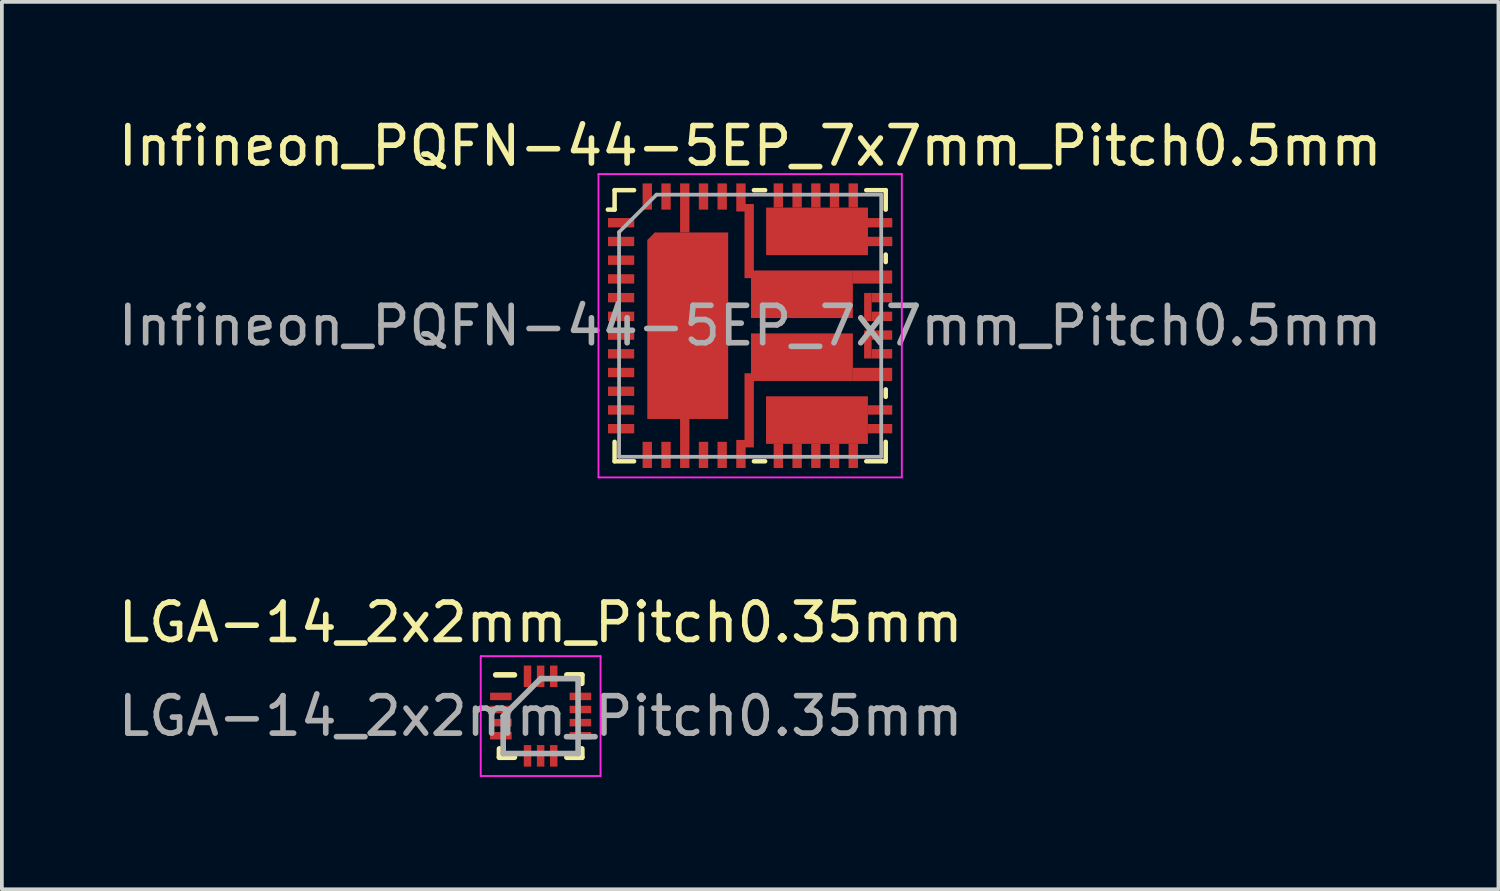
<source format=kicad_pcb>
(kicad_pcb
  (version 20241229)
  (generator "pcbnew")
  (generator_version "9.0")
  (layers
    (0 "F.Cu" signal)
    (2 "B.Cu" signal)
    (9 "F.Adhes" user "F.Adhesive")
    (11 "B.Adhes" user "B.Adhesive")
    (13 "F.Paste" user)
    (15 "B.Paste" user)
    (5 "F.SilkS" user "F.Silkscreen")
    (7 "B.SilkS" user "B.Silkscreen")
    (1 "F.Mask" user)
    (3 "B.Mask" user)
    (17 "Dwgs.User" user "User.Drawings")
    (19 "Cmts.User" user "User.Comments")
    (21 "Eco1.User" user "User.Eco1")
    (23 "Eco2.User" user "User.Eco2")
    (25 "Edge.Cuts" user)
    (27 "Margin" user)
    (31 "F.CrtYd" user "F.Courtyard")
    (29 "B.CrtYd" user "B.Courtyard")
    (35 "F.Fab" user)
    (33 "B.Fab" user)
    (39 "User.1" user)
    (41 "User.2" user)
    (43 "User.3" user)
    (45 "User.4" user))
  (footprint "Infineon_PQFN-44-5EP_7x7mm_Pitch0.5mm"
    (layer "F.Cu")
    (at 16.982 5.648)
    (property "Reference" "Infineon_PQFN-44-5EP_7x7mm_Pitch0.5mm" (at 0 -4.8 0) (layer "F.SilkS") (effects (font (size 1 1) (thickness 0.15))))
    (attr smd)
    (fp_line (start -3.62 -3.1) (end -3.8 -3.1) (stroke (width 0.12) (type solid)) (layer "F.SilkS"))
    (fp_line (start -3.62 -3.1) (end -3.62 -3.62) (stroke (width 0.12) (type solid)) (layer "F.SilkS"))
    (fp_line (start -3.62 3.62) (end -3.62 3.1) (stroke (width 0.12) (type solid)) (layer "F.SilkS"))
    (fp_line (start -3.1 -3.62) (end -3.62 -3.62) (stroke (width 0.12) (type solid)) (layer "F.SilkS"))
    (fp_line (start -3.1 3.62) (end -3.62 3.62) (stroke (width 0.12) (type solid)) (layer "F.SilkS"))
    (fp_line (start 0.1 -3.62) (end 0.4 -3.62) (stroke (width 0.12) (type solid)) (layer "F.SilkS"))
    (fp_line (start 0.1 3.62) (end 0.4 3.62) (stroke (width 0.12) (type solid)) (layer "F.SilkS"))
    (fp_line (start 3.62 -3.62) (end 3.1 -3.62) (stroke (width 0.12) (type solid)) (layer "F.SilkS"))
    (fp_line (start 3.62 -3.62) (end 3.62 -3.1) (stroke (width 0.12) (type solid)) (layer "F.SilkS"))
    (fp_line (start 3.62 -1.9) (end 3.62 -1.7) (stroke (width 0.12) (type solid)) (layer "F.SilkS"))
    (fp_line (start 3.62 1.9) (end 3.62 1.7) (stroke (width 0.12) (type solid)) (layer "F.SilkS"))
    (fp_line (start 3.62 3.1) (end 3.62 3.62) (stroke (width 0.12) (type solid)) (layer "F.SilkS"))
    (fp_line (start 3.62 3.62) (end 3.1 3.62) (stroke (width 0.12) (type solid)) (layer "F.SilkS"))
    (fp_line (start -4.05 -4.05) (end -4.05 4.05) (stroke (width 0.05) (type solid)) (layer "F.CrtYd"))
    (fp_line (start -4.05 4.05) (end 4.05 4.05) (stroke (width 0.05) (type solid)) (layer "F.CrtYd"))
    (fp_line (start 4.05 -4.05) (end -4.05 -4.05) (stroke (width 0.05) (type solid)) (layer "F.CrtYd"))
    (fp_line (start 4.05 4.05) (end 4.05 -4.05) (stroke (width 0.05) (type solid)) (layer "F.CrtYd"))
    (fp_line (start -3.5 3.5) (end -3.5 -2.5) (stroke (width 0.1) (type solid)) (layer "F.Fab"))
    (fp_line (start -2.5 -3.5) (end -3.5 -2.5) (stroke (width 0.1) (type solid)) (layer "F.Fab"))
    (fp_line (start -2.5 -3.5) (end 3.5 -3.5) (stroke (width 0.1) (type solid)) (layer "F.Fab"))
    (fp_line (start 3.5 -3.5) (end 3.5 3.5) (stroke (width 0.1) (type solid)) (layer "F.Fab"))
    (fp_line (start 3.5 3.5) (end -3.5 3.5) (stroke (width 0.1) (type solid)) (layer "F.Fab"))
    (fp_text user "${REFERENCE}" (at 0 0 0) (layer "F.Fab") (effects (font (size 1 1) (thickness 0.15))))
    (pad "" smd rect (at -3.321 -2.75) (size 0.39 0.22) (layers "F.Paste"))
    (pad "" smd rect (at -3.321 -2.25) (size 0.39 0.22) (layers "F.Paste"))
    (pad "" smd rect (at -3.321 -1.75) (size 0.39 0.22) (layers "F.Paste"))
    (pad "" smd rect (at -3.321 -1.25) (size 0.39 0.22) (layers "F.Paste"))
    (pad "" smd rect (at -3.321 -0.75) (size 0.39 0.22) (layers "F.Paste"))
    (pad "" smd rect (at -3.321 -0.25) (size 0.39 0.22) (layers "F.Paste"))
    (pad "" smd rect (at -3.321 0.25) (size 0.39 0.22) (layers "F.Paste"))
    (pad "" smd rect (at -3.321 0.75) (size 0.39 0.22) (layers "F.Paste"))
    (pad "" smd rect (at -3.321 1.25) (size 0.39 0.22) (layers "F.Paste"))
    (pad "" smd rect (at -3.321 1.75) (size 0.39 0.22) (layers "F.Paste"))
    (pad "" smd rect (at -3.321 2.25) (size 0.39 0.22) (layers "F.Paste"))
    (pad "" smd rect (at -3.321 2.75) (size 0.39 0.22) (layers "F.Paste"))
    (pad "" smd rect (at -2.747 -3.325) (size 0.22 0.39) (layers "F.Paste"))
    (pad "" smd rect (at -2.747 3.325) (size 0.22 0.39) (layers "F.Paste"))
    (pad "" smd rect (at -2.247 -3.325) (size 0.22 0.39) (layers "F.Paste"))
    (pad "" smd rect (at -2.247 3.325) (size 0.22 0.39) (layers "F.Paste"))
    (pad "" smd rect (at -2.207 -1.76) (size 0.77 0.93) (layers "F.Mask" "F.Paste"))
    (pad "" smd rect (at -2.207 -0.52) (size 0.77 0.93) (layers "F.Mask" "F.Paste"))
    (pad "" smd rect (at -2.207 0.72) (size 0.77 0.93) (layers "F.Mask" "F.Paste"))
    (pad "" smd rect (at -2.207 1.96) (size 0.77 0.93) (layers "F.Mask" "F.Paste"))
    (pad "" smd rect (at -1.746 -3.015) (size 0.23 1.01) (layers "F.Paste"))
    (pad "" smd rect (at -1.746 3.015) (size 0.23 1.01) (layers "F.Paste"))
    (pad "" smd rect (at -1.246 -3.325) (size 0.22 0.39) (layers "F.Paste"))
    (pad "" smd rect (at -1.246 3.325) (size 0.22 0.39) (layers "F.Paste"))
    (pad "" smd rect (at -1.127 -1.76) (size 0.77 0.93) (layers "F.Mask" "F.Paste"))
    (pad "" smd rect (at -1.127 -0.52) (size 0.77 0.93) (layers "F.Mask" "F.Paste"))
    (pad "" smd rect (at -1.127 0.72) (size 0.77 0.93) (layers "F.Mask" "F.Paste"))
    (pad "" smd rect (at -1.127 1.96) (size 0.77 0.93) (layers "F.Mask" "F.Paste"))
    (pad "" smd rect (at -0.747 -3.325) (size 0.22 0.39) (layers "F.Paste"))
    (pad "" smd rect (at -0.747 3.325) (size 0.22 0.39) (layers "F.Paste"))
    (pad "" smd rect (at -0.246 -3.28) (size 0.23 0.44) (layers "F.Paste"))
    (pad "" smd rect (at -0.246 3.28) (size 0.23 0.44) (layers "F.Paste"))
    (pad "" smd rect (at -0.026 -3.07) (size 0.21 0.34) (layers "F.Paste"))
    (pad "" smd rect (at -0.026 -2.37) (size 0.21 0.34) (layers "F.Paste"))
    (pad "" smd rect (at -0.026 -1.67) (size 0.21 0.34) (layers "F.Paste"))
    (pad "" smd rect (at -0.026 1.67) (size 0.21 0.34) (layers "F.Paste"))
    (pad "" smd rect (at -0.026 2.37) (size 0.21 0.34) (layers "F.Paste"))
    (pad "" smd rect (at -0.026 3.07) (size 0.21 0.34) (layers "F.Paste"))
    (pad "" smd rect (at 0.473 -0.84) (size 0.68 0.9) (layers "F.Mask" "F.Paste"))
    (pad "" smd rect (at 0.473 0.84) (size 0.68 0.9) (layers "F.Mask" "F.Paste"))
    (pad "" smd rect (at 0.753 -3.325) (size 0.22 0.35) (layers "F.Mask" "F.Paste"))
    (pad "" smd rect (at 0.753 3.325) (size 0.22 0.35) (layers "F.Mask" "F.Paste"))
    (pad "" smd rect (at 0.876 -2.515) (size 0.65 0.9) (layers "F.Mask" "F.Paste"))
    (pad "" smd rect (at 0.876 2.515) (size 0.65 0.9) (layers "F.Mask" "F.Paste"))
    (pad "" smd rect (at 1.254 -3.325) (size 0.22 0.35) (layers "F.Mask" "F.Paste"))
    (pad "" smd rect (at 1.254 3.325) (size 0.22 0.35) (layers "F.Mask" "F.Paste"))
    (pad "" smd rect (at 1.383 -0.84) (size 0.68 0.9) (layers "F.Mask" "F.Paste"))
    (pad "" smd rect (at 1.383 0.84) (size 0.68 0.9) (layers "F.Mask" "F.Paste"))
    (pad "" smd rect (at 1.754 -3.325) (size 0.22 0.35) (layers "F.Mask" "F.Paste"))
    (pad "" smd rect (at 1.754 3.325) (size 0.22 0.35) (layers "F.Mask" "F.Paste"))
    (pad "" smd rect (at 1.786 -2.515) (size 0.65 0.9) (layers "F.Mask" "F.Paste"))
    (pad "" smd rect (at 1.786 2.515) (size 0.65 0.9) (layers "F.Mask" "F.Paste"))
    (pad "" smd rect (at 2.253 -3.325) (size 0.22 0.35) (layers "F.Mask" "F.Paste"))
    (pad "" smd rect (at 2.253 3.325) (size 0.22 0.35) (layers "F.Mask" "F.Paste"))
    (pad "" smd rect (at 2.293 -0.84) (size 0.68 0.9) (layers "F.Mask" "F.Paste"))
    (pad "" smd rect (at 2.293 0.84) (size 0.68 0.9) (layers "F.Mask" "F.Paste"))
    (pad "" smd rect (at 2.696 -2.515) (size 0.65 0.9) (layers "F.Mask" "F.Paste"))
    (pad "" smd rect (at 2.696 2.515) (size 0.65 0.9) (layers "F.Mask" "F.Paste"))
    (pad "" smd rect (at 2.753 -3.325) (size 0.22 0.35) (layers "F.Mask" "F.Paste"))
    (pad "" smd rect (at 2.753 3.325) (size 0.22 0.35) (layers "F.Mask" "F.Paste"))
    (pad "" smd rect (at 3.163 -1.3) (size 0.68 0.22) (layers "F.Mask" "F.Paste"))
    (pad "" smd rect (at 3.163 1.3) (size 0.68 0.22) (layers "F.Mask" "F.Paste"))
    (pad "" smd rect (at 3.284 -0.75) (size 0.44 0.22) (layers "F.Mask" "F.Paste"))
    (pad "" smd rect (at 3.284 -0.25) (size 0.44 0.22) (layers "F.Mask" "F.Paste"))
    (pad "" smd rect (at 3.284 0.25) (size 0.44 0.22) (layers "F.Mask" "F.Paste"))
    (pad "" smd rect (at 3.284 0.75) (size 0.44 0.22) (layers "F.Mask" "F.Paste"))
    (pad "" smd rect (at 3.364 -2.75) (size 0.28 0.22) (layers "F.Mask" "F.Paste"))
    (pad "" smd rect (at 3.364 -2.25) (size 0.28 0.22) (layers "F.Mask" "F.Paste"))
    (pad "" smd rect (at 3.364 2.25) (size 0.28 0.22) (layers "F.Mask" "F.Paste"))
    (pad "" smd rect (at 3.364 2.75) (size 0.28 0.22) (layers "F.Mask" "F.Paste"))
    (pad "1" smd rect (at -3.446 -2.75) (size 0.7 0.25) (layers "F.Cu" "F.Mask"))
    (pad "2" smd rect (at -3.446 -2.25) (size 0.7 0.25) (layers "F.Cu" "F.Mask"))
    (pad "3" smd rect (at -3.446 -1.75) (size 0.7 0.25) (layers "F.Cu" "F.Mask"))
    (pad "4" smd rect (at -3.446 -1.25) (size 0.7 0.25) (layers "F.Cu" "F.Mask"))
    (pad "5" smd rect (at -3.446 -0.75) (size 0.7 0.25) (layers "F.Cu" "F.Mask"))
    (pad "6" smd rect (at -3.446 -0.25) (size 0.7 0.25) (layers "F.Cu" "F.Mask"))
    (pad "7" smd rect (at -3.446 0.25) (size 0.7 0.25) (layers "F.Cu" "F.Mask"))
    (pad "8" smd rect (at -3.446 0.75) (size 0.7 0.25) (layers "F.Cu" "F.Mask"))
    (pad "9" smd rect (at -3.446 1.25) (size 0.7 0.25) (layers "F.Cu" "F.Mask"))
    (pad "10" smd rect (at -3.446 1.75) (size 0.7 0.25) (layers "F.Cu" "F.Mask"))
    (pad "11" smd rect (at -3.446 2.25) (size 0.7 0.25) (layers "F.Cu" "F.Mask"))
    (pad "12" smd rect (at -3.446 2.75) (size 0.7 0.25) (layers "F.Cu" "F.Mask"))
    (pad "13" smd rect (at -2.747 3.45) (size 0.25 0.7) (layers "F.Cu" "F.Mask"))
    (pad "14" smd rect (at -2.247 3.45) (size 0.25 0.7) (layers "F.Cu" "F.Mask"))
    (pad "16" smd rect (at -1.246 3.45) (size 0.25 0.7) (layers "F.Cu" "F.Mask"))
    (pad "17" smd rect (at -0.747 3.45) (size 0.25 0.7) (layers "F.Cu" "F.Mask"))
    (pad "19" smd rect (at 0.753 3.478) (size 0.25 0.645) (layers "F.Cu" "F.Mask"))
    (pad "19" smd rect (at 1.254 3.478) (size 0.25 0.645) (layers "F.Cu" "F.Mask"))
    (pad "19" smd rect (at 1.754 3.478) (size 0.25 0.645) (layers "F.Cu" "F.Mask"))
    (pad "19" smd rect (at 1.784 2.52) (size 2.72 1.27) (layers "F.Cu" "F.Mask"))
    (pad "19" smd rect (at 2.253 3.478) (size 0.25 0.645) (layers "F.Cu" "F.Mask"))
    (pad "19" smd rect (at 2.753 3.478) (size 0.25 0.645) (layers "F.Cu" "F.Mask"))
    (pad "19" smd rect (at 3.469 2.25) (size 0.65 0.25) (layers "F.Cu" "F.Mask"))
    (pad "19" smd rect (at 3.469 2.75) (size 0.65 0.25) (layers "F.Cu" "F.Mask"))
    (pad "20" smd rect (at -0.246 3.425) (size 0.25 0.75) (layers "F.Cu" "F.Mask"))
    (pad "20" smd rect (at -0.026 2.26) (size 0.25 1.98) (layers "F.Cu" "F.Mask"))
    (pad "20" smd rect (at 1.383 0.84) (size 2.72 1.27) (layers "F.Cu" "F.Mask"))
    (pad "20" smd rect (at 3.268 1.3) (size 1.05 0.35) (layers "F.Cu" "F.Mask"))
    (pad "21" smd rect (at 3.143 0.5) (size 0.2 0.75) (layers "F.Cu" "F.Mask"))
    (pad "21" smd rect (at 3.518 0.25) (size 0.55 0.25) (layers "F.Cu" "F.Mask"))
    (pad "21" smd rect (at 3.518 0.75) (size 0.55 0.25) (layers "F.Cu" "F.Mask"))
    (pad "22" smd rect (at 3.143 -0.5) (size 0.2 0.75) (layers "F.Cu" "F.Mask"))
    (pad "22" smd rect (at 3.518 -0.75) (size 0.55 0.25) (layers "F.Cu" "F.Mask"))
    (pad "22" smd rect (at 3.518 -0.25) (size 0.55 0.25) (layers "F.Cu" "F.Mask"))
    (pad "24" smd rect (at 0.753 -3.478) (size 0.25 0.645) (layers "F.Cu" "F.Mask"))
    (pad "24" smd rect (at 1.254 -3.478) (size 0.25 0.645) (layers "F.Cu" "F.Mask"))
    (pad "24" smd rect (at 1.754 -3.478) (size 0.25 0.645) (layers "F.Cu" "F.Mask"))
    (pad "24" smd rect (at 1.786 -2.52) (size 2.72 1.27) (layers "F.Cu" "F.Mask"))
    (pad "24" smd rect (at 2.253 -3.478) (size 0.25 0.645) (layers "F.Cu" "F.Mask"))
    (pad "24" smd rect (at 2.753 -3.478) (size 0.25 0.645) (layers "F.Cu" "F.Mask"))
    (pad "25" smd rect (at -0.246 -3.425) (size 0.25 0.75) (layers "F.Cu" "F.Mask"))
    (pad "25" smd rect (at -0.026 -2.26) (size 0.25 1.98) (layers "F.Cu" "F.Mask"))
    (pad "25" smd rect (at 1.383 -0.84) (size 2.72 1.27) (layers "F.Cu" "F.Mask"))
    (pad "25" smd rect (at 3.268 -1.3) (size 1.05 0.35) (layers "F.Cu" "F.Mask"))
    (pad "25" smd rect (at 3.471 -2.75) (size 0.65 0.25) (layers "F.Cu" "F.Mask"))
    (pad "25" smd rect (at 3.471 -2.25) (size 0.65 0.25) (layers "F.Cu" "F.Mask"))
    (pad "26" smd rect (at -0.747 -3.45) (size 0.25 0.7) (layers "F.Cu" "F.Mask"))
    (pad "27" smd rect (at -1.246 -3.45) (size 0.25 0.7) (layers "F.Cu" "F.Mask"))
    (pad "29" smd rect (at -2.247 -3.45) (size 0.25 0.7) (layers "F.Cu" "F.Mask"))
    (pad "30" smd rect (at -2.747 -3.45) (size 0.25 0.7) (layers "F.Cu" "F.Mask"))
    (pad "31" smd rect (at -2.546 -2.29 45) (size 0.283 0.283) (layers "F.Cu" "F.Mask"))
    (pad "31" smd rect (at -1.746 -3.145) (size 0.25 1.31) (layers "F.Cu" "F.Mask"))
    (pad "31" smd rect (at -1.746 3.145) (size 0.25 1.31) (layers "F.Cu" "F.Mask"))
    (pad "31" smd rect (at -1.667 0.1) (size 2.16 4.78) (layers "F.Cu" "F.Mask"))
    (pad "31" smd rect (at -1.567 -2.39) (size 1.96 0.2) (layers "F.Cu" "F.Mask")))
  (footprint "LGA-14_2x2mm_Pitch0.35mm"
    (layer "F.Cu")
    (at 11.387 16.072)
    (property "Reference" "LGA-14_2x2mm_Pitch0.35mm" (at 0 -2.5 0) (layer "F.SilkS") (effects (font (size 1 1) (thickness 0.15))))
    (attr smd)
    (fp_line (start -1.1 1.1) (end -1.1 0.875) (stroke (width 0.15) (type solid)) (layer "F.SilkS"))
    (fp_line (start -0.7 -1.1) (end -1.2 -1.1) (stroke (width 0.15) (type solid)) (layer "F.SilkS"))
    (fp_line (start -0.7 1.1) (end -1.1 1.1) (stroke (width 0.15) (type solid)) (layer "F.SilkS"))
    (fp_line (start 0.7 -1.1) (end 1.1 -1.1) (stroke (width 0.15) (type solid)) (layer "F.SilkS"))
    (fp_line (start 0.7 1.1) (end 1.1 1.1) (stroke (width 0.15) (type solid)) (layer "F.SilkS"))
    (fp_line (start 1.1 -1.1) (end 1.1 -0.875) (stroke (width 0.15) (type solid)) (layer "F.SilkS"))
    (fp_line (start 1.1 1.1) (end 1.1 0.875) (stroke (width 0.15) (type solid)) (layer "F.SilkS"))
    (fp_line (start -1.6 -1.6) (end -1.6 1.6) (stroke (width 0.05) (type solid)) (layer "F.CrtYd"))
    (fp_line (start -1.6 1.6) (end 1.6 1.6) (stroke (width 0.05) (type solid)) (layer "F.CrtYd"))
    (fp_line (start 1.6 -1.6) (end -1.6 -1.6) (stroke (width 0.05) (type solid)) (layer "F.CrtYd"))
    (fp_line (start 1.6 1.6) (end 1.6 -1.6) (stroke (width 0.05) (type solid)) (layer "F.CrtYd"))
    (fp_line (start -1 0) (end 0 -1) (stroke (width 0.15) (type solid)) (layer "F.Fab"))
    (fp_line (start -1 1) (end -1 0) (stroke (width 0.15) (type solid)) (layer "F.Fab"))
    (fp_line (start 0 -1) (end 1 -1) (stroke (width 0.15) (type solid)) (layer "F.Fab"))
    (fp_line (start 1 -1) (end 1 1) (stroke (width 0.15) (type solid)) (layer "F.Fab"))
    (fp_line (start 1 1) (end -1 1) (stroke (width 0.15) (type solid)) (layer "F.Fab"))
    (fp_text user "${REFERENCE}" (at 0 0 0) (layer "F.Fab") (effects (font (size 1 1) (thickness 0.15))))
    (pad "1" smd rect (at -1.062 -0.525) (size 0.575 0.2) (layers "F.Cu" "F.Mask" "F.Paste"))
    (pad "2" smd rect (at -1.062 -0.175) (size 0.575 0.2) (layers "F.Cu" "F.Mask" "F.Paste"))
    (pad "3" smd rect (at -1.062 0.175) (size 0.575 0.2) (layers "F.Cu" "F.Mask" "F.Paste"))
    (pad "4" smd rect (at -1.062 0.525) (size 0.575 0.2) (layers "F.Cu" "F.Mask" "F.Paste"))
    (pad "5" smd rect (at -0.35 1.062) (size 0.2 0.575) (layers "F.Cu" "F.Mask" "F.Paste"))
    (pad "6" smd rect (at 0 1.062) (size 0.2 0.575) (layers "F.Cu" "F.Mask" "F.Paste"))
    (pad "7" smd rect (at 0.35 1.062) (size 0.2 0.575) (layers "F.Cu" "F.Mask" "F.Paste"))
    (pad "8" smd rect (at 1.062 0.525) (size 0.575 0.2) (layers "F.Cu" "F.Mask" "F.Paste"))
    (pad "9" smd rect (at 1.062 0.175) (size 0.575 0.2) (layers "F.Cu" "F.Mask" "F.Paste"))
    (pad "10" smd rect (at 1.062 -0.175) (size 0.575 0.2) (layers "F.Cu" "F.Mask" "F.Paste"))
    (pad "11" smd rect (at 1.062 -0.525) (size 0.575 0.2) (layers "F.Cu" "F.Mask" "F.Paste"))
    (pad "12" smd rect (at 0.35 -1.062) (size 0.2 0.575) (layers "F.Cu" "F.Mask" "F.Paste"))
    (pad "13" smd rect (at 0 -1.062) (size 0.2 0.575) (layers "F.Cu" "F.Mask" "F.Paste"))
    (pad "14" smd rect (at -0.35 -1.062) (size 0.2 0.575) (layers "F.Cu" "F.Mask" "F.Paste")))
  (gr_rect
    (start -3 -3)
    (end 36.964 20.697)
    (stroke (width 0.1) (type default))
    (fill no)
    (layer "Edge.Cuts")))
</source>
